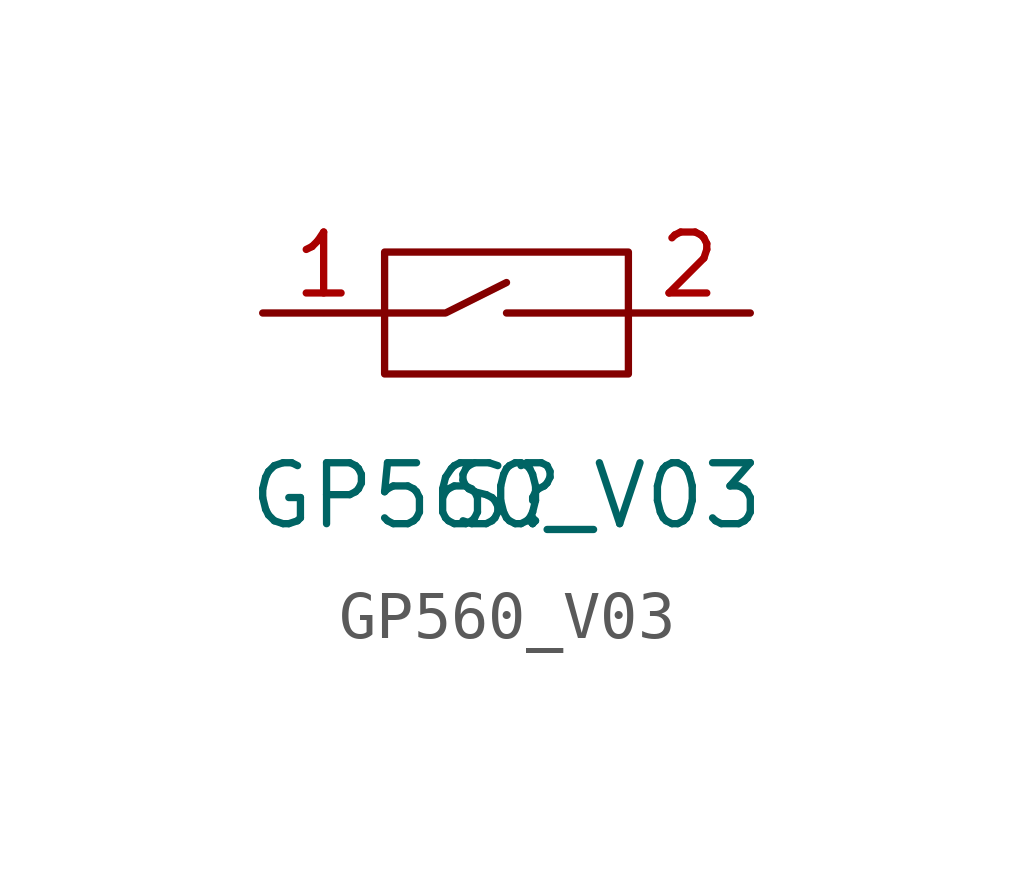
<source format=kicad_sym>
(kicad_symbol_lib
  (version 20211014)
  (generator kicad_symbol_editor)
  (symbol "GP560_V03"
    (property "Reference" "S"
      (at 0 0 0)
      (effects (font (size 1.27 1.27))))
    (property "Value" "GP560_V03"
      (at 0 0 0)
      (effects (font (size 1.27 1.27))))
    (symbol "GP560_V03_0_1"
      (rectangle (start -2.54 5.08) (end 2.54 2.54) (stroke (width 0) (type default) (color 0 0 0 0)) (fill (type none)))
      (polyline (pts (xy 0 3.81) (xy 2.54 3.81)) (stroke (width 0) (type default) (color 0 0 0 0)) (fill (type none)))
      (polyline (pts (xy -2.54 3.81) (xy -1.27 3.81) (xy 0 4.445)) (stroke (width 0) (type default) (color 0 0 0 0)) (fill (type none))))
    (symbol "GP560_V03_1_1"
      (pin passive line (at -5.08 3.81 0) (length 2.54) (name "" (effects (font (size 1.27 1.27)))) (number "1" (effects (font (size 1.27 1.27)))))
      (pin passive line (at 5.08 3.81 180) (length 2.54) (name "" (effects (font (size 1.27 1.27)))) (number "2" (effects (font (size 1.27 1.27))))))))
</source>
